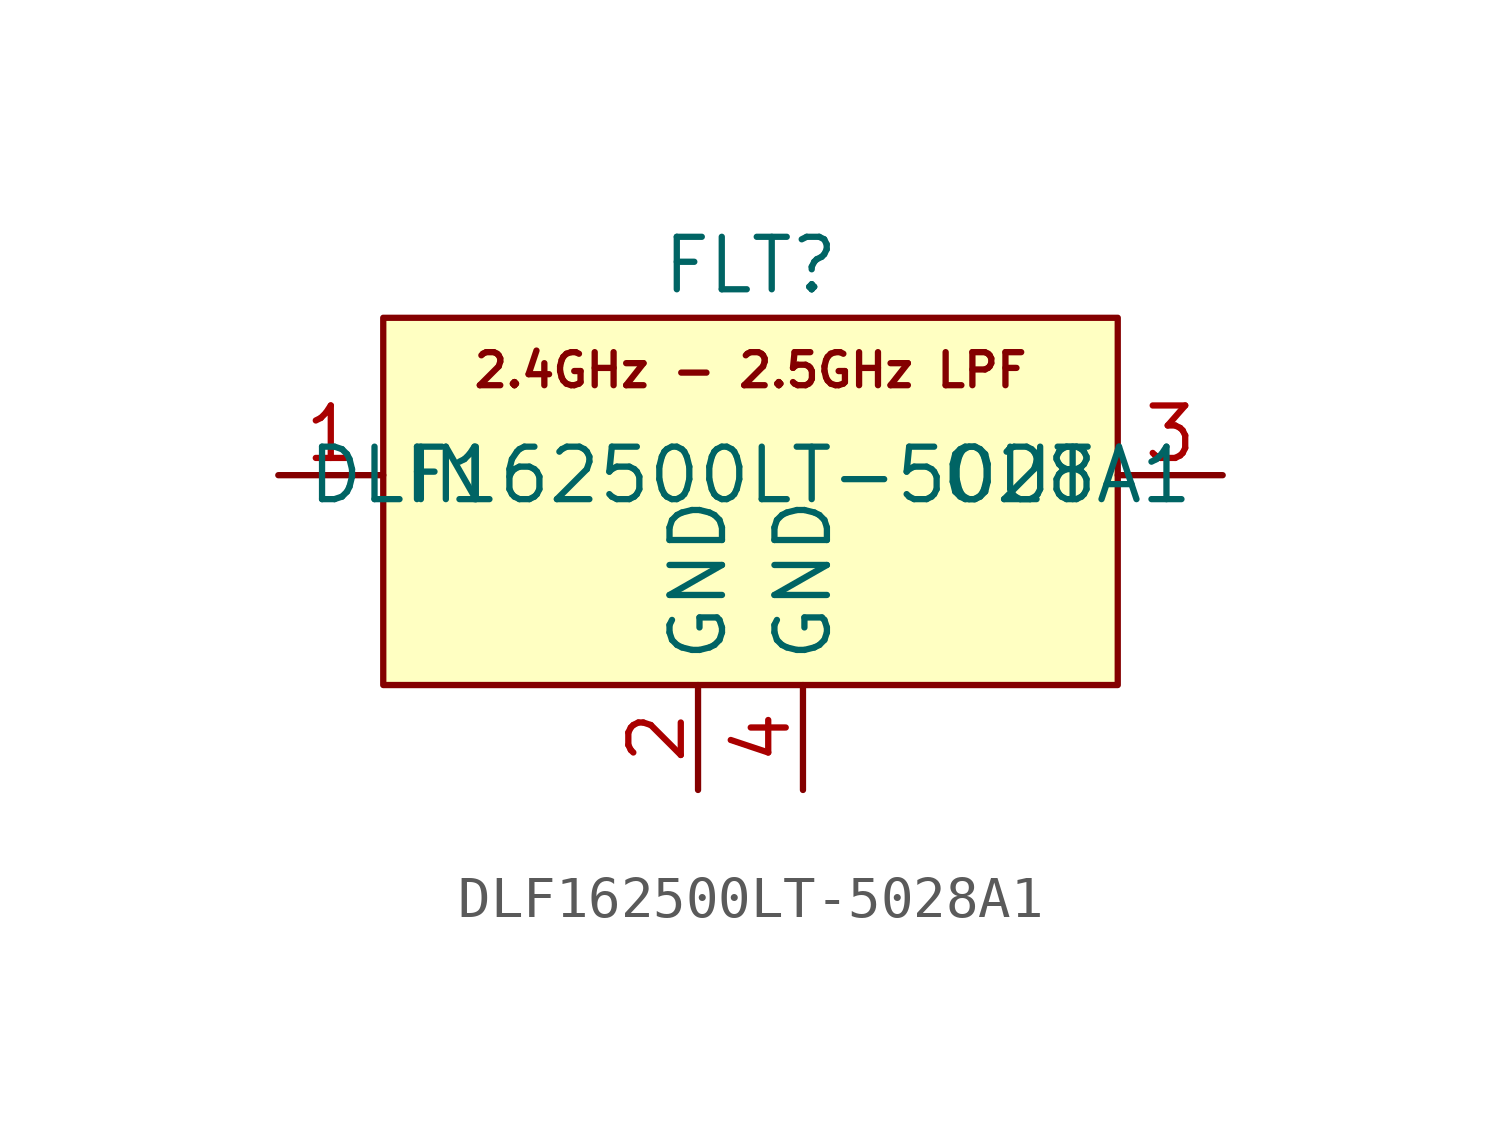
<source format=kicad_sym>
(kicad_symbol_lib
  (version 20220914)
  (generator kicad_symbol_editor)
  (symbol "DLF162500LT-5028A1"
    (property "Reference" "FLT"
      (at 0 5.08 0)
      (effects (font (size 1.27 1.27))))
    (property "Value" "DLF162500LT-5028A1"
      (at 0 0 0)
      (effects (font (size 1.27 1.27))))
    (symbol "DLF162500LT-5028A1_0_0"
      (pin passive line (at -11.43 0 0) (length 2.54) (name "IN" (effects (font (size 1.27 1.27)))) (number "1" (effects (font (size 1.27 1.27)))))
      (pin passive line (at -1.27 -7.62 90) (length 2.54) (name "GND" (effects (font (size 1.27 1.27)))) (number "2" (effects (font (size 1.27 1.27)))))
      (pin passive line (at 11.43 0 180) (length 2.54) (name "OUT" (effects (font (size 1.27 1.27)))) (number "3" (effects (font (size 1.27 1.27)))))
      (pin passive line (at 1.27 -7.62 90) (length 2.54) (name "GND" (effects (font (size 1.27 1.27)))) (number "4" (effects (font (size 1.27 1.27))))))
    (symbol "DLF162500LT-5028A1_1_1"
      (rectangle (start -8.89 3.81) (end 8.89 -5.08) (stroke (width 0) (type default)) (fill (type background)))
      (text "2.4GHz - 2.5GHz LPF" (at 0 2.54 0) (effects (font (size 0.8 0.8)))))))
</source>
